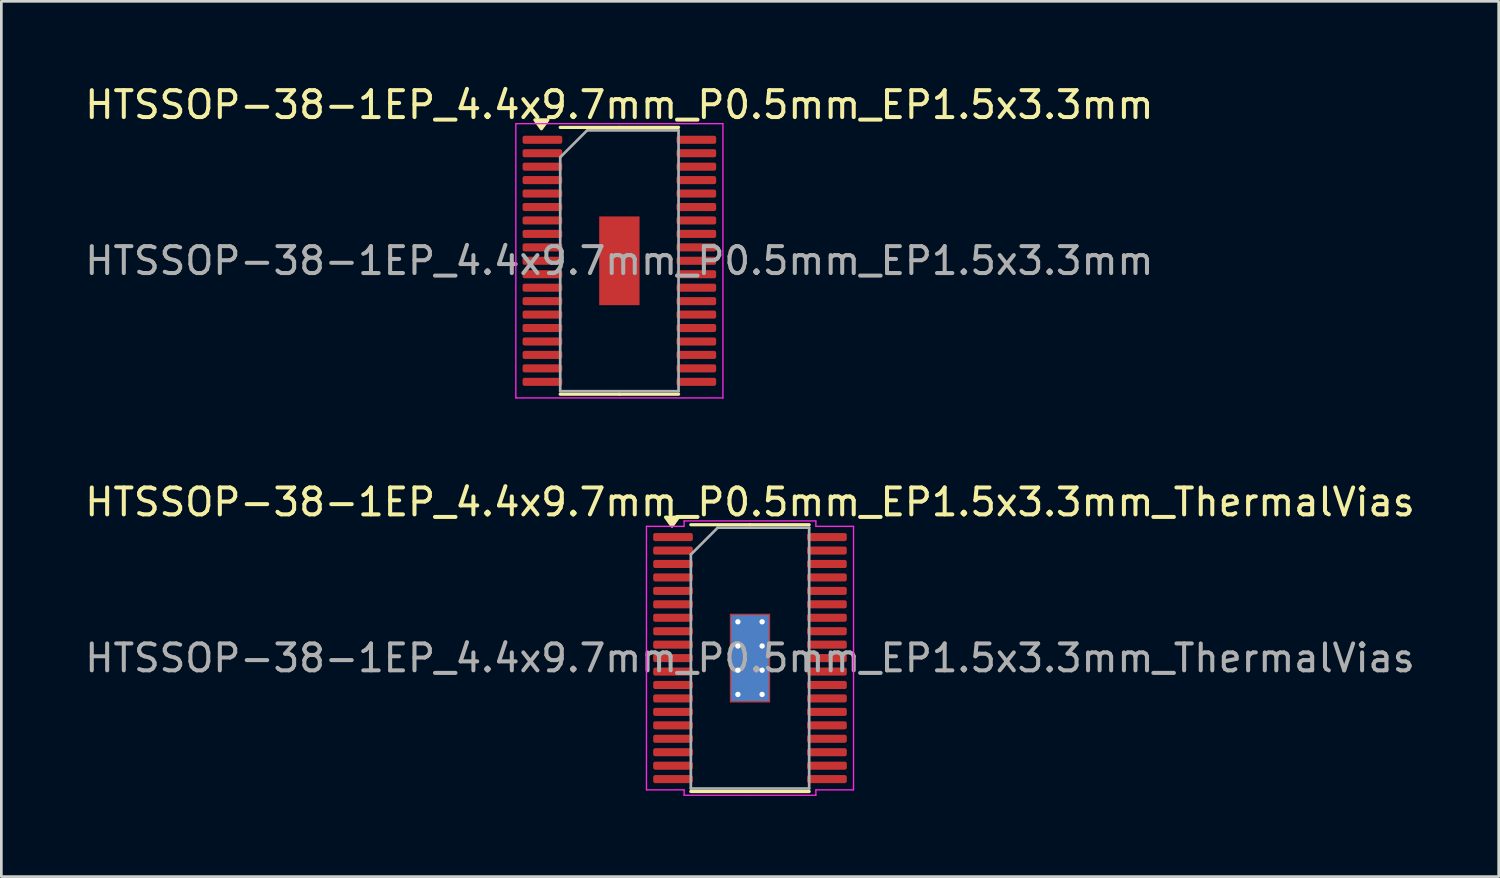
<source format=kicad_pcb>
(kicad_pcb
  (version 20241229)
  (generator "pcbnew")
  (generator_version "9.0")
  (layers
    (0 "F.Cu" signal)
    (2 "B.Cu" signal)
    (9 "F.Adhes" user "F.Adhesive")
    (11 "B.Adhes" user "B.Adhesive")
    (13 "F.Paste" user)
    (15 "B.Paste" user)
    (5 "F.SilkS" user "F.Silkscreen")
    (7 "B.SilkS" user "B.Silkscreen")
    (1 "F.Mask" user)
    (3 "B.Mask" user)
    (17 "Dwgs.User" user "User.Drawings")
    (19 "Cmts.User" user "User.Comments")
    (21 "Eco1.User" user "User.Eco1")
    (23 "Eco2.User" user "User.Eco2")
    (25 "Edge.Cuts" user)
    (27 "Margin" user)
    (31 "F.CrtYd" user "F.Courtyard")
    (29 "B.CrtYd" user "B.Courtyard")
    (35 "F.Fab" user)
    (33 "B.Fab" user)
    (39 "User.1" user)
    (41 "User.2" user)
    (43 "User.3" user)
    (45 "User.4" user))
  (footprint "HTSSOP-38-1EP_4.4x9.7mm_P0.5mm_EP1.5x3.3mm"
    (layer "F.Cu")
    (at 19.982 6.648)
    (property "Reference" "HTSSOP-38-1EP_4.4x9.7mm_P0.5mm_EP1.5x3.3mm" (at 0 -5.8 0) (layer "F.SilkS") (effects (font (size 1 1) (thickness 0.15))))
    (attr smd)
    (fp_line (start 0 -4.96) (end -2.2 -4.96) (stroke (width 0.12) (type solid)) (layer "F.SilkS"))
    (fp_line (start 0 -4.96) (end 2.2 -4.96) (stroke (width 0.12) (type solid)) (layer "F.SilkS"))
    (fp_line (start 0 4.96) (end -2.2 4.96) (stroke (width 0.12) (type solid)) (layer "F.SilkS"))
    (fp_line (start 0 4.96) (end 2.2 4.96) (stroke (width 0.12) (type solid)) (layer "F.SilkS"))
    (fp_poly (pts (xy -2.9 -4.91) (xy -3.14 -5.24) (xy -2.66 -5.24) (xy -2.9 -4.91)) (stroke (width 0.12) (type solid)) (fill yes) (layer "F.SilkS"))
    (fp_line (start -3.85 -5.1) (end -3.85 5.1) (stroke (width 0.05) (type solid)) (layer "F.CrtYd"))
    (fp_line (start -3.85 5.1) (end 3.85 5.1) (stroke (width 0.05) (type solid)) (layer "F.CrtYd"))
    (fp_line (start 3.85 -5.1) (end -3.85 -5.1) (stroke (width 0.05) (type solid)) (layer "F.CrtYd"))
    (fp_line (start 3.85 5.1) (end 3.85 -5.1) (stroke (width 0.05) (type solid)) (layer "F.CrtYd"))
    (fp_line (start -2.2 -3.85) (end -1.2 -4.85) (stroke (width 0.1) (type solid)) (layer "F.Fab"))
    (fp_line (start -2.2 4.85) (end -2.2 -3.85) (stroke (width 0.1) (type solid)) (layer "F.Fab"))
    (fp_line (start -1.2 -4.85) (end 2.2 -4.85) (stroke (width 0.1) (type solid)) (layer "F.Fab"))
    (fp_line (start 2.2 -4.85) (end 2.2 4.85) (stroke (width 0.1) (type solid)) (layer "F.Fab"))
    (fp_line (start 2.2 4.85) (end -2.2 4.85) (stroke (width 0.1) (type solid)) (layer "F.Fab"))
    (fp_text user "${REFERENCE}" (at 0 0 0) (layer "F.Fab") (effects (font (size 1 1) (thickness 0.15))))
    (pad "" smd roundrect (at 0 -0.825) (size 1.21 1.33) (layers "F.Paste") (roundrect_rratio 0.207))
    (pad "" smd roundrect (at 0 0.825) (size 1.21 1.33) (layers "F.Paste") (roundrect_rratio 0.207))
    (pad "1" smd roundrect (at -2.862 -4.5) (size 1.475 0.3) (layers "F.Cu" "F.Mask" "F.Paste") (roundrect_rratio 0.25))
    (pad "2" smd roundrect (at -2.862 -4) (size 1.475 0.3) (layers "F.Cu" "F.Mask" "F.Paste") (roundrect_rratio 0.25))
    (pad "3" smd roundrect (at -2.862 -3.5) (size 1.475 0.3) (layers "F.Cu" "F.Mask" "F.Paste") (roundrect_rratio 0.25))
    (pad "4" smd roundrect (at -2.862 -3) (size 1.475 0.3) (layers "F.Cu" "F.Mask" "F.Paste") (roundrect_rratio 0.25))
    (pad "5" smd roundrect (at -2.862 -2.5) (size 1.475 0.3) (layers "F.Cu" "F.Mask" "F.Paste") (roundrect_rratio 0.25))
    (pad "6" smd roundrect (at -2.862 -2) (size 1.475 0.3) (layers "F.Cu" "F.Mask" "F.Paste") (roundrect_rratio 0.25))
    (pad "7" smd roundrect (at -2.862 -1.5) (size 1.475 0.3) (layers "F.Cu" "F.Mask" "F.Paste") (roundrect_rratio 0.25))
    (pad "8" smd roundrect (at -2.862 -1) (size 1.475 0.3) (layers "F.Cu" "F.Mask" "F.Paste") (roundrect_rratio 0.25))
    (pad "9" smd roundrect (at -2.862 -0.5) (size 1.475 0.3) (layers "F.Cu" "F.Mask" "F.Paste") (roundrect_rratio 0.25))
    (pad "10" smd roundrect (at -2.862 0) (size 1.475 0.3) (layers "F.Cu" "F.Mask" "F.Paste") (roundrect_rratio 0.25))
    (pad "11" smd roundrect (at -2.862 0.5) (size 1.475 0.3) (layers "F.Cu" "F.Mask" "F.Paste") (roundrect_rratio 0.25))
    (pad "12" smd roundrect (at -2.862 1) (size 1.475 0.3) (layers "F.Cu" "F.Mask" "F.Paste") (roundrect_rratio 0.25))
    (pad "13" smd roundrect (at -2.862 1.5) (size 1.475 0.3) (layers "F.Cu" "F.Mask" "F.Paste") (roundrect_rratio 0.25))
    (pad "14" smd roundrect (at -2.862 2) (size 1.475 0.3) (layers "F.Cu" "F.Mask" "F.Paste") (roundrect_rratio 0.25))
    (pad "15" smd roundrect (at -2.862 2.5) (size 1.475 0.3) (layers "F.Cu" "F.Mask" "F.Paste") (roundrect_rratio 0.25))
    (pad "16" smd roundrect (at -2.862 3) (size 1.475 0.3) (layers "F.Cu" "F.Mask" "F.Paste") (roundrect_rratio 0.25))
    (pad "17" smd roundrect (at -2.862 3.5) (size 1.475 0.3) (layers "F.Cu" "F.Mask" "F.Paste") (roundrect_rratio 0.25))
    (pad "18" smd roundrect (at -2.862 4) (size 1.475 0.3) (layers "F.Cu" "F.Mask" "F.Paste") (roundrect_rratio 0.25))
    (pad "19" smd roundrect (at -2.862 4.5) (size 1.475 0.3) (layers "F.Cu" "F.Mask" "F.Paste") (roundrect_rratio 0.25))
    (pad "20" smd roundrect (at 2.862 4.5) (size 1.475 0.3) (layers "F.Cu" "F.Mask" "F.Paste") (roundrect_rratio 0.25))
    (pad "21" smd roundrect (at 2.862 4) (size 1.475 0.3) (layers "F.Cu" "F.Mask" "F.Paste") (roundrect_rratio 0.25))
    (pad "22" smd roundrect (at 2.862 3.5) (size 1.475 0.3) (layers "F.Cu" "F.Mask" "F.Paste") (roundrect_rratio 0.25))
    (pad "23" smd roundrect (at 2.862 3) (size 1.475 0.3) (layers "F.Cu" "F.Mask" "F.Paste") (roundrect_rratio 0.25))
    (pad "24" smd roundrect (at 2.862 2.5) (size 1.475 0.3) (layers "F.Cu" "F.Mask" "F.Paste") (roundrect_rratio 0.25))
    (pad "25" smd roundrect (at 2.862 2) (size 1.475 0.3) (layers "F.Cu" "F.Mask" "F.Paste") (roundrect_rratio 0.25))
    (pad "26" smd roundrect (at 2.862 1.5) (size 1.475 0.3) (layers "F.Cu" "F.Mask" "F.Paste") (roundrect_rratio 0.25))
    (pad "27" smd roundrect (at 2.862 1) (size 1.475 0.3) (layers "F.Cu" "F.Mask" "F.Paste") (roundrect_rratio 0.25))
    (pad "28" smd roundrect (at 2.862 0.5) (size 1.475 0.3) (layers "F.Cu" "F.Mask" "F.Paste") (roundrect_rratio 0.25))
    (pad "29" smd roundrect (at 2.862 0) (size 1.475 0.3) (layers "F.Cu" "F.Mask" "F.Paste") (roundrect_rratio 0.25))
    (pad "30" smd roundrect (at 2.862 -0.5) (size 1.475 0.3) (layers "F.Cu" "F.Mask" "F.Paste") (roundrect_rratio 0.25))
    (pad "31" smd roundrect (at 2.862 -1) (size 1.475 0.3) (layers "F.Cu" "F.Mask" "F.Paste") (roundrect_rratio 0.25))
    (pad "32" smd roundrect (at 2.862 -1.5) (size 1.475 0.3) (layers "F.Cu" "F.Mask" "F.Paste") (roundrect_rratio 0.25))
    (pad "33" smd roundrect (at 2.862 -2) (size 1.475 0.3) (layers "F.Cu" "F.Mask" "F.Paste") (roundrect_rratio 0.25))
    (pad "34" smd roundrect (at 2.862 -2.5) (size 1.475 0.3) (layers "F.Cu" "F.Mask" "F.Paste") (roundrect_rratio 0.25))
    (pad "35" smd roundrect (at 2.862 -3) (size 1.475 0.3) (layers "F.Cu" "F.Mask" "F.Paste") (roundrect_rratio 0.25))
    (pad "36" smd roundrect (at 2.862 -3.5) (size 1.475 0.3) (layers "F.Cu" "F.Mask" "F.Paste") (roundrect_rratio 0.25))
    (pad "37" smd roundrect (at 2.862 -4) (size 1.475 0.3) (layers "F.Cu" "F.Mask" "F.Paste") (roundrect_rratio 0.25))
    (pad "38" smd roundrect (at 2.862 -4.5) (size 1.475 0.3) (layers "F.Cu" "F.Mask" "F.Paste") (roundrect_rratio 0.25))
    (pad "39" smd rect (at 0 0) (size 1.5 3.3) (property pad_prop_heatsink) (layers "F.Cu" "F.Mask")))
  (footprint "HTSSOP-38-1EP_4.4x9.7mm_P0.5mm_EP1.5x3.3mm_ThermalVias"
    (layer "F.Cu")
    (at 24.839 21.422)
    (property "Reference" "HTSSOP-38-1EP_4.4x9.7mm_P0.5mm_EP1.5x3.3mm_ThermalVias" (at 0 -5.8 0) (layer "F.SilkS") (effects (font (size 1 1) (thickness 0.15))))
    (attr smd)
    (fp_line (start 0 -4.96) (end -2.2 -4.96) (stroke (width 0.12) (type solid)) (layer "F.SilkS"))
    (fp_line (start 0 -4.96) (end 2.2 -4.96) (stroke (width 0.12) (type solid)) (layer "F.SilkS"))
    (fp_line (start 0 4.96) (end -2.2 4.96) (stroke (width 0.12) (type solid)) (layer "F.SilkS"))
    (fp_line (start 0 4.96) (end 2.2 4.96) (stroke (width 0.12) (type solid)) (layer "F.SilkS"))
    (fp_poly (pts (xy -2.9 -4.91) (xy -3.14 -5.24) (xy -2.66 -5.24)) (stroke (width 0.12) (type solid)) (fill yes) (layer "F.SilkS"))
    (fp_line (start -3.85 -4.9) (end -2.45 -4.9) (stroke (width 0.05) (type solid)) (layer "F.CrtYd"))
    (fp_line (start -3.85 4.9) (end -3.85 -4.9) (stroke (width 0.05) (type solid)) (layer "F.CrtYd"))
    (fp_line (start -2.45 -5.1) (end 2.45 -5.1) (stroke (width 0.05) (type solid)) (layer "F.CrtYd"))
    (fp_line (start -2.45 -4.9) (end -2.45 -5.1) (stroke (width 0.05) (type solid)) (layer "F.CrtYd"))
    (fp_line (start -2.45 4.9) (end -3.85 4.9) (stroke (width 0.05) (type solid)) (layer "F.CrtYd"))
    (fp_line (start -2.45 5.1) (end -2.45 4.9) (stroke (width 0.05) (type solid)) (layer "F.CrtYd"))
    (fp_line (start 2.45 -5.1) (end 2.45 -4.9) (stroke (width 0.05) (type solid)) (layer "F.CrtYd"))
    (fp_line (start 2.45 -4.9) (end 3.85 -4.9) (stroke (width 0.05) (type solid)) (layer "F.CrtYd"))
    (fp_line (start 2.45 4.9) (end 2.45 5.1) (stroke (width 0.05) (type solid)) (layer "F.CrtYd"))
    (fp_line (start 2.45 5.1) (end -2.45 5.1) (stroke (width 0.05) (type solid)) (layer "F.CrtYd"))
    (fp_line (start 3.85 -4.9) (end 3.85 4.9) (stroke (width 0.05) (type solid)) (layer "F.CrtYd"))
    (fp_line (start 3.85 4.9) (end 2.45 4.9) (stroke (width 0.05) (type solid)) (layer "F.CrtYd"))
    (fp_line (start -2.2 -3.85) (end -1.2 -4.85) (stroke (width 0.1) (type solid)) (layer "F.Fab"))
    (fp_line (start -2.2 4.85) (end -2.2 -3.85) (stroke (width 0.1) (type solid)) (layer "F.Fab"))
    (fp_line (start -1.2 -4.85) (end 2.2 -4.85) (stroke (width 0.1) (type solid)) (layer "F.Fab"))
    (fp_line (start 2.2 -4.85) (end 2.2 4.85) (stroke (width 0.1) (type solid)) (layer "F.Fab"))
    (fp_line (start 2.2 4.85) (end -2.2 4.85) (stroke (width 0.1) (type solid)) (layer "F.Fab"))
    (fp_text user "${REFERENCE}" (at 0 0 0) (layer "F.Fab") (effects (font (size 1 1) (thickness 0.15))))
    (pad "" smd roundrect (at 0 -1.1) (size 1.21 0.89) (layers "F.Paste") (roundrect_rratio 0.25))
    (pad "" smd roundrect (at 0 0) (size 1.21 0.89) (layers "F.Paste") (roundrect_rratio 0.25))
    (pad "" smd roundrect (at 0 1.1) (size 1.21 0.89) (layers "F.Paste") (roundrect_rratio 0.25))
    (pad "1" smd roundrect (at -2.862 -4.5) (size 1.475 0.3) (layers "F.Cu" "F.Mask" "F.Paste") (roundrect_rratio 0.25))
    (pad "2" smd roundrect (at -2.862 -4) (size 1.475 0.3) (layers "F.Cu" "F.Mask" "F.Paste") (roundrect_rratio 0.25))
    (pad "3" smd roundrect (at -2.862 -3.5) (size 1.475 0.3) (layers "F.Cu" "F.Mask" "F.Paste") (roundrect_rratio 0.25))
    (pad "4" smd roundrect (at -2.862 -3) (size 1.475 0.3) (layers "F.Cu" "F.Mask" "F.Paste") (roundrect_rratio 0.25))
    (pad "5" smd roundrect (at -2.862 -2.5) (size 1.475 0.3) (layers "F.Cu" "F.Mask" "F.Paste") (roundrect_rratio 0.25))
    (pad "6" smd roundrect (at -2.862 -2) (size 1.475 0.3) (layers "F.Cu" "F.Mask" "F.Paste") (roundrect_rratio 0.25))
    (pad "7" smd roundrect (at -2.862 -1.5) (size 1.475 0.3) (layers "F.Cu" "F.Mask" "F.Paste") (roundrect_rratio 0.25))
    (pad "8" smd roundrect (at -2.862 -1) (size 1.475 0.3) (layers "F.Cu" "F.Mask" "F.Paste") (roundrect_rratio 0.25))
    (pad "9" smd roundrect (at -2.862 -0.5) (size 1.475 0.3) (layers "F.Cu" "F.Mask" "F.Paste") (roundrect_rratio 0.25))
    (pad "10" smd roundrect (at -2.862 0) (size 1.475 0.3) (layers "F.Cu" "F.Mask" "F.Paste") (roundrect_rratio 0.25))
    (pad "11" smd roundrect (at -2.862 0.5) (size 1.475 0.3) (layers "F.Cu" "F.Mask" "F.Paste") (roundrect_rratio 0.25))
    (pad "12" smd roundrect (at -2.862 1) (size 1.475 0.3) (layers "F.Cu" "F.Mask" "F.Paste") (roundrect_rratio 0.25))
    (pad "13" smd roundrect (at -2.862 1.5) (size 1.475 0.3) (layers "F.Cu" "F.Mask" "F.Paste") (roundrect_rratio 0.25))
    (pad "14" smd roundrect (at -2.862 2) (size 1.475 0.3) (layers "F.Cu" "F.Mask" "F.Paste") (roundrect_rratio 0.25))
    (pad "15" smd roundrect (at -2.862 2.5) (size 1.475 0.3) (layers "F.Cu" "F.Mask" "F.Paste") (roundrect_rratio 0.25))
    (pad "16" smd roundrect (at -2.862 3) (size 1.475 0.3) (layers "F.Cu" "F.Mask" "F.Paste") (roundrect_rratio 0.25))
    (pad "17" smd roundrect (at -2.862 3.5) (size 1.475 0.3) (layers "F.Cu" "F.Mask" "F.Paste") (roundrect_rratio 0.25))
    (pad "18" smd roundrect (at -2.862 4) (size 1.475 0.3) (layers "F.Cu" "F.Mask" "F.Paste") (roundrect_rratio 0.25))
    (pad "19" smd roundrect (at -2.862 4.5) (size 1.475 0.3) (layers "F.Cu" "F.Mask" "F.Paste") (roundrect_rratio 0.25))
    (pad "20" smd roundrect (at 2.862 4.5) (size 1.475 0.3) (layers "F.Cu" "F.Mask" "F.Paste") (roundrect_rratio 0.25))
    (pad "21" smd roundrect (at 2.862 4) (size 1.475 0.3) (layers "F.Cu" "F.Mask" "F.Paste") (roundrect_rratio 0.25))
    (pad "22" smd roundrect (at 2.862 3.5) (size 1.475 0.3) (layers "F.Cu" "F.Mask" "F.Paste") (roundrect_rratio 0.25))
    (pad "23" smd roundrect (at 2.862 3) (size 1.475 0.3) (layers "F.Cu" "F.Mask" "F.Paste") (roundrect_rratio 0.25))
    (pad "24" smd roundrect (at 2.862 2.5) (size 1.475 0.3) (layers "F.Cu" "F.Mask" "F.Paste") (roundrect_rratio 0.25))
    (pad "25" smd roundrect (at 2.862 2) (size 1.475 0.3) (layers "F.Cu" "F.Mask" "F.Paste") (roundrect_rratio 0.25))
    (pad "26" smd roundrect (at 2.862 1.5) (size 1.475 0.3) (layers "F.Cu" "F.Mask" "F.Paste") (roundrect_rratio 0.25))
    (pad "27" smd roundrect (at 2.862 1) (size 1.475 0.3) (layers "F.Cu" "F.Mask" "F.Paste") (roundrect_rratio 0.25))
    (pad "28" smd roundrect (at 2.862 0.5) (size 1.475 0.3) (layers "F.Cu" "F.Mask" "F.Paste") (roundrect_rratio 0.25))
    (pad "29" smd roundrect (at 2.862 0) (size 1.475 0.3) (layers "F.Cu" "F.Mask" "F.Paste") (roundrect_rratio 0.25))
    (pad "30" smd roundrect (at 2.862 -0.5) (size 1.475 0.3) (layers "F.Cu" "F.Mask" "F.Paste") (roundrect_rratio 0.25))
    (pad "31" smd roundrect (at 2.862 -1) (size 1.475 0.3) (layers "F.Cu" "F.Mask" "F.Paste") (roundrect_rratio 0.25))
    (pad "32" smd roundrect (at 2.862 -1.5) (size 1.475 0.3) (layers "F.Cu" "F.Mask" "F.Paste") (roundrect_rratio 0.25))
    (pad "33" smd roundrect (at 2.862 -2) (size 1.475 0.3) (layers "F.Cu" "F.Mask" "F.Paste") (roundrect_rratio 0.25))
    (pad "34" smd roundrect (at 2.862 -2.5) (size 1.475 0.3) (layers "F.Cu" "F.Mask" "F.Paste") (roundrect_rratio 0.25))
    (pad "35" smd roundrect (at 2.862 -3) (size 1.475 0.3) (layers "F.Cu" "F.Mask" "F.Paste") (roundrect_rratio 0.25))
    (pad "36" smd roundrect (at 2.862 -3.5) (size 1.475 0.3) (layers "F.Cu" "F.Mask" "F.Paste") (roundrect_rratio 0.25))
    (pad "37" smd roundrect (at 2.862 -4) (size 1.475 0.3) (layers "F.Cu" "F.Mask" "F.Paste") (roundrect_rratio 0.25))
    (pad "38" smd roundrect (at 2.862 -4.5) (size 1.475 0.3) (layers "F.Cu" "F.Mask" "F.Paste") (roundrect_rratio 0.25))
    (pad "39" thru_hole circle (at -0.45 -1.35) (size 0.5 0.5) (drill 0.2) (property pad_prop_heatsink) (layers "*.Cu"))
    (pad "39" thru_hole circle (at -0.45 -0.45) (size 0.5 0.5) (drill 0.2) (property pad_prop_heatsink) (layers "*.Cu"))
    (pad "39" thru_hole circle (at -0.45 0.45) (size 0.5 0.5) (drill 0.2) (property pad_prop_heatsink) (layers "*.Cu"))
    (pad "39" thru_hole circle (at -0.45 1.35) (size 0.5 0.5) (drill 0.2) (property pad_prop_heatsink) (layers "*.Cu"))
    (pad "39" smd rect (at 0 0) (size 1.4 3.2) (property pad_prop_heatsink) (layers "B.Cu"))
    (pad "39" smd rect (at 0 0) (size 1.5 3.3) (property pad_prop_heatsink) (layers "F.Cu" "F.Mask"))
    (pad "39" thru_hole circle (at 0.45 -1.35) (size 0.5 0.5) (drill 0.2) (property pad_prop_heatsink) (layers "*.Cu"))
    (pad "39" thru_hole circle (at 0.45 -0.45) (size 0.5 0.5) (drill 0.2) (property pad_prop_heatsink) (layers "*.Cu"))
    (pad "39" thru_hole circle (at 0.45 0.45) (size 0.5 0.5) (drill 0.2) (property pad_prop_heatsink) (layers "*.Cu"))
    (pad "39" thru_hole circle (at 0.45 1.35) (size 0.5 0.5) (drill 0.2) (property pad_prop_heatsink) (layers "*.Cu")))
  (gr_rect
    (start -3 -3)
    (end 52.679 29.547)
    (stroke (width 0.1) (type default))
    (fill no)
    (layer "Edge.Cuts")))
</source>
